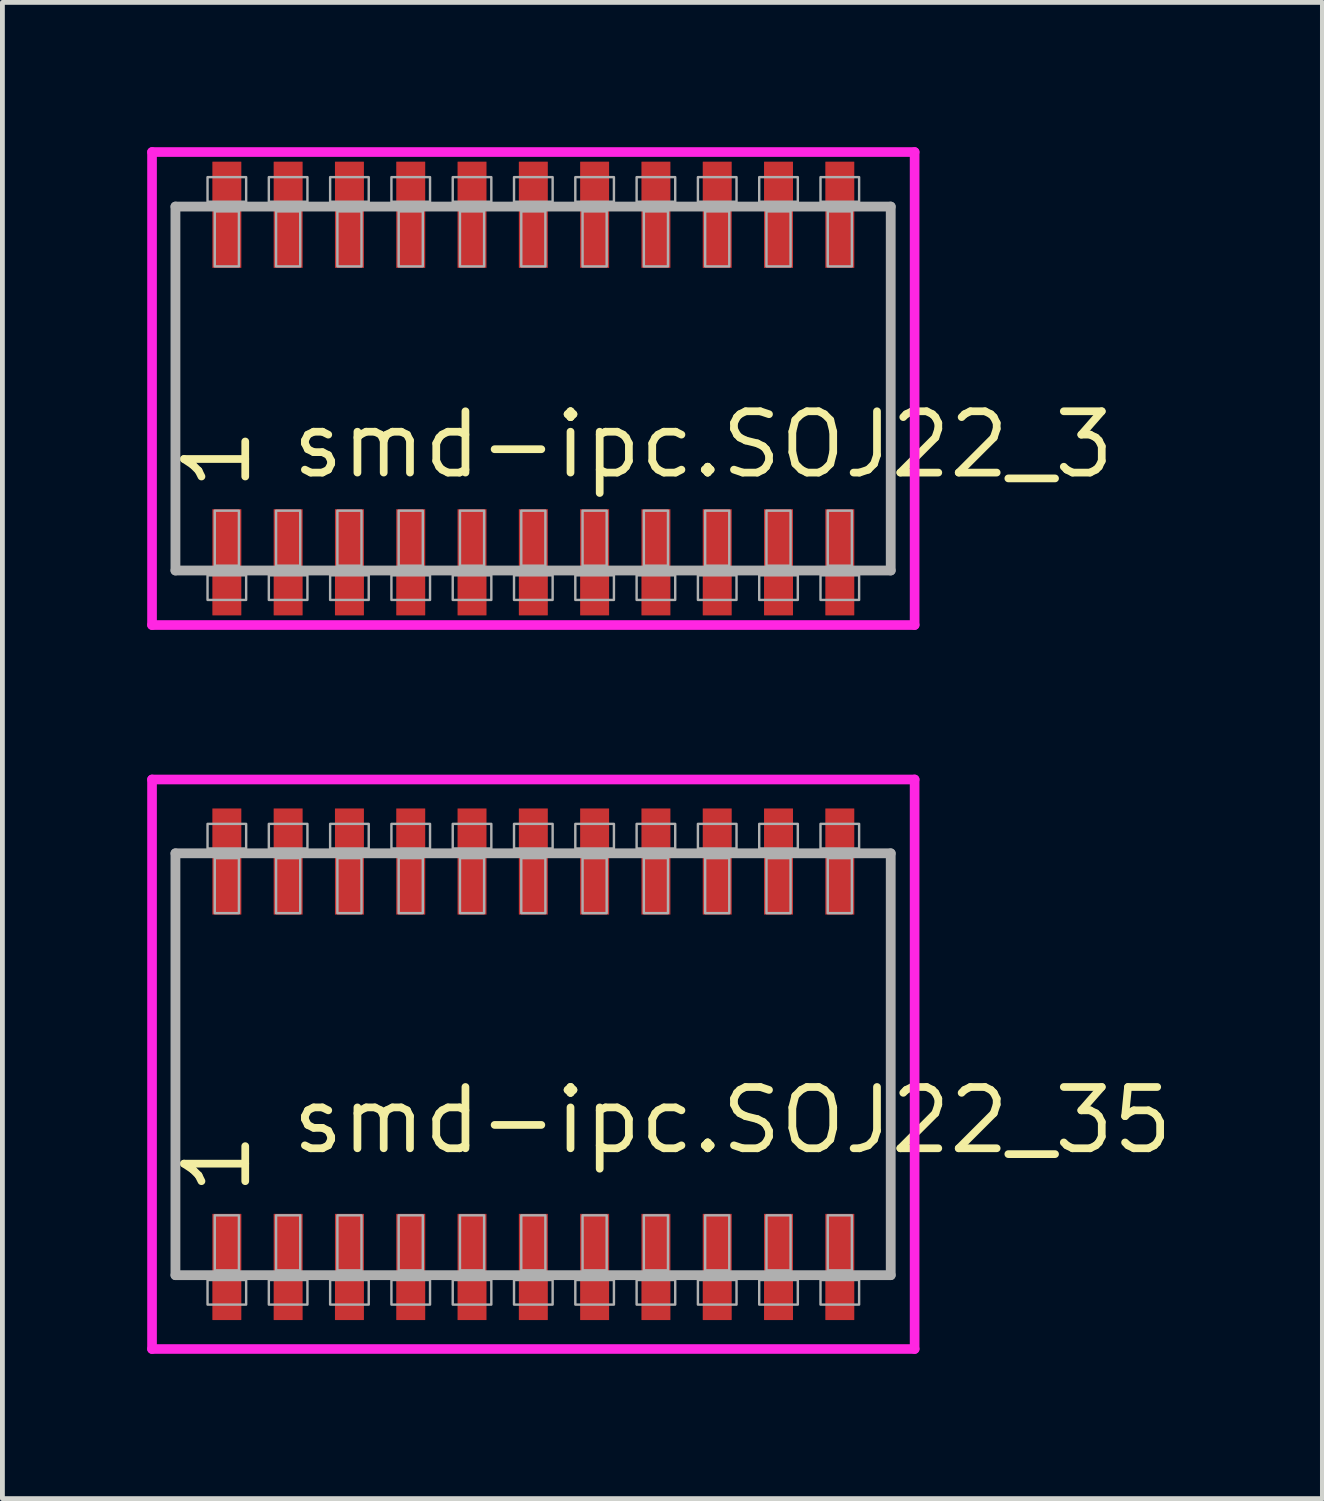
<source format=kicad_pcb>
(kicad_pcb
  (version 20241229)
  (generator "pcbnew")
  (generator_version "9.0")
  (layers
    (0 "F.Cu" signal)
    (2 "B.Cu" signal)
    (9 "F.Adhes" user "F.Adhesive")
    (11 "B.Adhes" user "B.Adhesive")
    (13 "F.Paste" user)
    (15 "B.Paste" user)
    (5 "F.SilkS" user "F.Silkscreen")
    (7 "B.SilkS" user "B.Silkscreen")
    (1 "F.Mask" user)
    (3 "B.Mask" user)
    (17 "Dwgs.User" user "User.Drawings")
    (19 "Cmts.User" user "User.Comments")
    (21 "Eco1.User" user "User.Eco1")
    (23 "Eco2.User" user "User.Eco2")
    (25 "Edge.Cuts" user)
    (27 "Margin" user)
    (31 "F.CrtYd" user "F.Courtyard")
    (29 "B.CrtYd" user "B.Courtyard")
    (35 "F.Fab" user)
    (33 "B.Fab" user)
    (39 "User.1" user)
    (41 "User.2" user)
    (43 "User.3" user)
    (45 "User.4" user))
  (footprint "smd-ipc.SOJ22_35"
    (layer "F.Cu")
    (at 8 19)
    (property "Reference" "smd-ipc.SOJ22_35" (at -5.08 1.905 0) (layer "F.SilkS") (effects (font (size 1.27 1.27) (thickness 0.16)) (justify left bottom)))
    (attr smd)
    (fp_line (start -7.9 -5.9) (end 7.9 -5.9) (stroke (width 0.2) (type default)) (layer "F.CrtYd"))
    (fp_line (start -7.9 5.9) (end -7.9 -5.9) (stroke (width 0.2) (type default)) (layer "F.CrtYd"))
    (fp_line (start 7.9 -5.9) (end 7.9 5.9) (stroke (width 0.2) (type default)) (layer "F.CrtYd"))
    (fp_line (start 7.9 5.9) (end -7.9 5.9) (stroke (width 0.2) (type default)) (layer "F.CrtYd"))
    (fp_line (start -7.415 -4.37) (end 7.405 -4.37) (stroke (width 0.203) (type default)) (layer "F.Fab"))
    (fp_line (start -7.415 4.37) (end -7.415 -4.37) (stroke (width 0.203) (type default)) (layer "F.Fab"))
    (fp_line (start 7.405 -4.37) (end 7.405 4.37) (stroke (width 0.203) (type default)) (layer "F.Fab"))
    (fp_line (start 7.405 4.37) (end -7.415 4.37) (stroke (width 0.203) (type default)) (layer "F.Fab"))
    (fp_rect (start -6.75 -4.47) (end -5.95 -4.98) (stroke (width 0.05) (type default)) (fill no) (layer "F.Fab"))
    (fp_rect (start -6.75 4.98) (end -5.95 4.47) (stroke (width 0.05) (type default)) (fill no) (layer "F.Fab"))
    (fp_rect (start -6.6 -3.13) (end -6.1 -4.27) (stroke (width 0.05) (type default)) (fill no) (layer "F.Fab"))
    (fp_rect (start -6.6 4.27) (end -6.1 3.13) (stroke (width 0.05) (type default)) (fill no) (layer "F.Fab"))
    (fp_rect (start -5.48 -4.47) (end -4.68 -4.98) (stroke (width 0.05) (type default)) (fill no) (layer "F.Fab"))
    (fp_rect (start -5.48 4.98) (end -4.68 4.47) (stroke (width 0.05) (type default)) (fill no) (layer "F.Fab"))
    (fp_rect (start -5.33 -3.13) (end -4.83 -4.27) (stroke (width 0.05) (type default)) (fill no) (layer "F.Fab"))
    (fp_rect (start -5.33 4.27) (end -4.83 3.13) (stroke (width 0.05) (type default)) (fill no) (layer "F.Fab"))
    (fp_rect (start -4.21 -4.47) (end -3.41 -4.98) (stroke (width 0.05) (type default)) (fill no) (layer "F.Fab"))
    (fp_rect (start -4.21 4.98) (end -3.41 4.47) (stroke (width 0.05) (type default)) (fill no) (layer "F.Fab"))
    (fp_rect (start -4.06 -3.13) (end -3.56 -4.27) (stroke (width 0.05) (type default)) (fill no) (layer "F.Fab"))
    (fp_rect (start -4.06 4.27) (end -3.56 3.13) (stroke (width 0.05) (type default)) (fill no) (layer "F.Fab"))
    (fp_rect (start -2.94 -4.47) (end -2.14 -4.98) (stroke (width 0.05) (type default)) (fill no) (layer "F.Fab"))
    (fp_rect (start -2.94 4.98) (end -2.14 4.47) (stroke (width 0.05) (type default)) (fill no) (layer "F.Fab"))
    (fp_rect (start -2.79 -3.13) (end -2.29 -4.27) (stroke (width 0.05) (type default)) (fill no) (layer "F.Fab"))
    (fp_rect (start -2.79 4.27) (end -2.29 3.13) (stroke (width 0.05) (type default)) (fill no) (layer "F.Fab"))
    (fp_rect (start -1.67 -4.47) (end -0.87 -4.98) (stroke (width 0.05) (type default)) (fill no) (layer "F.Fab"))
    (fp_rect (start -1.67 4.98) (end -0.87 4.47) (stroke (width 0.05) (type default)) (fill no) (layer "F.Fab"))
    (fp_rect (start -1.52 -3.13) (end -1.02 -4.27) (stroke (width 0.05) (type default)) (fill no) (layer "F.Fab"))
    (fp_rect (start -1.52 4.27) (end -1.02 3.13) (stroke (width 0.05) (type default)) (fill no) (layer "F.Fab"))
    (fp_rect (start -0.4 -4.47) (end 0.4 -4.98) (stroke (width 0.05) (type default)) (fill no) (layer "F.Fab"))
    (fp_rect (start -0.4 4.98) (end 0.4 4.47) (stroke (width 0.05) (type default)) (fill no) (layer "F.Fab"))
    (fp_rect (start -0.25 -3.13) (end 0.25 -4.27) (stroke (width 0.05) (type default)) (fill no) (layer "F.Fab"))
    (fp_rect (start -0.25 4.27) (end 0.25 3.13) (stroke (width 0.05) (type default)) (fill no) (layer "F.Fab"))
    (fp_rect (start 0.87 -4.47) (end 1.67 -4.98) (stroke (width 0.05) (type default)) (fill no) (layer "F.Fab"))
    (fp_rect (start 0.87 4.98) (end 1.67 4.47) (stroke (width 0.05) (type default)) (fill no) (layer "F.Fab"))
    (fp_rect (start 1.02 -3.13) (end 1.52 -4.27) (stroke (width 0.05) (type default)) (fill no) (layer "F.Fab"))
    (fp_rect (start 1.02 4.27) (end 1.52 3.13) (stroke (width 0.05) (type default)) (fill no) (layer "F.Fab"))
    (fp_rect (start 2.14 -4.47) (end 2.94 -4.98) (stroke (width 0.05) (type default)) (fill no) (layer "F.Fab"))
    (fp_rect (start 2.14 4.98) (end 2.94 4.47) (stroke (width 0.05) (type default)) (fill no) (layer "F.Fab"))
    (fp_rect (start 2.29 -3.13) (end 2.79 -4.27) (stroke (width 0.05) (type default)) (fill no) (layer "F.Fab"))
    (fp_rect (start 2.29 4.27) (end 2.79 3.13) (stroke (width 0.05) (type default)) (fill no) (layer "F.Fab"))
    (fp_rect (start 3.41 -4.47) (end 4.21 -4.98) (stroke (width 0.05) (type default)) (fill no) (layer "F.Fab"))
    (fp_rect (start 3.41 4.98) (end 4.21 4.47) (stroke (width 0.05) (type default)) (fill no) (layer "F.Fab"))
    (fp_rect (start 3.56 -3.13) (end 4.06 -4.27) (stroke (width 0.05) (type default)) (fill no) (layer "F.Fab"))
    (fp_rect (start 3.56 4.27) (end 4.06 3.13) (stroke (width 0.05) (type default)) (fill no) (layer "F.Fab"))
    (fp_rect (start 4.68 -4.47) (end 5.48 -4.98) (stroke (width 0.05) (type default)) (fill no) (layer "F.Fab"))
    (fp_rect (start 4.68 4.98) (end 5.48 4.47) (stroke (width 0.05) (type default)) (fill no) (layer "F.Fab"))
    (fp_rect (start 4.83 -3.13) (end 5.33 -4.27) (stroke (width 0.05) (type default)) (fill no) (layer "F.Fab"))
    (fp_rect (start 4.83 4.27) (end 5.33 3.13) (stroke (width 0.05) (type default)) (fill no) (layer "F.Fab"))
    (fp_rect (start 5.95 -4.47) (end 6.75 -4.98) (stroke (width 0.05) (type default)) (fill no) (layer "F.Fab"))
    (fp_rect (start 5.95 4.98) (end 6.75 4.47) (stroke (width 0.05) (type default)) (fill no) (layer "F.Fab"))
    (fp_rect (start 6.1 -3.13) (end 6.6 -4.27) (stroke (width 0.05) (type default)) (fill no) (layer "F.Fab"))
    (fp_rect (start 6.1 4.27) (end 6.6 3.13) (stroke (width 0.05) (type default)) (fill no) (layer "F.Fab"))
    (fp_text user "1" (at -5.805 2.77 90) (layer "F.SilkS") (effects (font (size 1.27 1.27) (thickness 0.16)) (justify left bottom)))
    (pad "1" smd roundrect (at -6.35 4.2) (size 0.6 2.2) (layers "F.Cu" "F.Mask" "F.Paste") (roundrect_rratio 0.01))
    (pad "2" smd roundrect (at -5.08 4.2) (size 0.6 2.2) (layers "F.Cu" "F.Mask" "F.Paste") (roundrect_rratio 0.01))
    (pad "3" smd roundrect (at -3.81 4.2) (size 0.6 2.2) (layers "F.Cu" "F.Mask" "F.Paste") (roundrect_rratio 0.01))
    (pad "4" smd roundrect (at -2.54 4.2) (size 0.6 2.2) (layers "F.Cu" "F.Mask" "F.Paste") (roundrect_rratio 0.01))
    (pad "5" smd roundrect (at -1.27 4.2) (size 0.6 2.2) (layers "F.Cu" "F.Mask" "F.Paste") (roundrect_rratio 0.01))
    (pad "6" smd roundrect (at 0 4.2) (size 0.6 2.2) (layers "F.Cu" "F.Mask" "F.Paste") (roundrect_rratio 0.01))
    (pad "7" smd roundrect (at 1.27 4.2) (size 0.6 2.2) (layers "F.Cu" "F.Mask" "F.Paste") (roundrect_rratio 0.01))
    (pad "8" smd roundrect (at 2.54 4.2) (size 0.6 2.2) (layers "F.Cu" "F.Mask" "F.Paste") (roundrect_rratio 0.01))
    (pad "9" smd roundrect (at 3.81 4.2) (size 0.6 2.2) (layers "F.Cu" "F.Mask" "F.Paste") (roundrect_rratio 0.01))
    (pad "10" smd roundrect (at 5.08 4.2) (size 0.6 2.2) (layers "F.Cu" "F.Mask" "F.Paste") (roundrect_rratio 0.01))
    (pad "11" smd roundrect (at 6.35 4.2) (size 0.6 2.2) (layers "F.Cu" "F.Mask" "F.Paste") (roundrect_rratio 0.01))
    (pad "12" smd roundrect (at 6.35 -4.2) (size 0.6 2.2) (layers "F.Cu" "F.Mask" "F.Paste") (roundrect_rratio 0.01))
    (pad "13" smd roundrect (at 5.08 -4.2) (size 0.6 2.2) (layers "F.Cu" "F.Mask" "F.Paste") (roundrect_rratio 0.01))
    (pad "14" smd roundrect (at 3.81 -4.2) (size 0.6 2.2) (layers "F.Cu" "F.Mask" "F.Paste") (roundrect_rratio 0.01))
    (pad "15" smd roundrect (at 2.54 -4.2) (size 0.6 2.2) (layers "F.Cu" "F.Mask" "F.Paste") (roundrect_rratio 0.01))
    (pad "16" smd roundrect (at 1.27 -4.2) (size 0.6 2.2) (layers "F.Cu" "F.Mask" "F.Paste") (roundrect_rratio 0.01))
    (pad "17" smd roundrect (at 0 -4.2) (size 0.6 2.2) (layers "F.Cu" "F.Mask" "F.Paste") (roundrect_rratio 0.01))
    (pad "18" smd roundrect (at -1.27 -4.2) (size 0.6 2.2) (layers "F.Cu" "F.Mask" "F.Paste") (roundrect_rratio 0.01))
    (pad "19" smd roundrect (at -2.54 -4.2) (size 0.6 2.2) (layers "F.Cu" "F.Mask" "F.Paste") (roundrect_rratio 0.01))
    (pad "20" smd roundrect (at -3.81 -4.2) (size 0.6 2.2) (layers "F.Cu" "F.Mask" "F.Paste") (roundrect_rratio 0.01))
    (pad "21" smd roundrect (at -5.08 -4.2) (size 0.6 2.2) (layers "F.Cu" "F.Mask" "F.Paste") (roundrect_rratio 0.01))
    (pad "22" smd roundrect (at -6.35 -4.2) (size 0.6 2.2) (layers "F.Cu" "F.Mask" "F.Paste") (roundrect_rratio 0.01)))
  (footprint "smd-ipc.SOJ22_3"
    (layer "F.Cu")
    (at 8 5)
    (property "Reference" "smd-ipc.SOJ22_3" (at -5.08 1.905 0) (layer "F.SilkS") (effects (font (size 1.27 1.27) (thickness 0.16)) (justify left bottom)))
    (attr smd)
    (fp_line (start -7.9 -4.9) (end 7.9 -4.9) (stroke (width 0.2) (type default)) (layer "F.CrtYd"))
    (fp_line (start -7.9 4.9) (end -7.9 -4.9) (stroke (width 0.2) (type default)) (layer "F.CrtYd"))
    (fp_line (start 7.9 -4.9) (end 7.9 4.9) (stroke (width 0.2) (type default)) (layer "F.CrtYd"))
    (fp_line (start 7.9 4.9) (end -7.9 4.9) (stroke (width 0.2) (type default)) (layer "F.CrtYd"))
    (fp_line (start -7.415 -3.77) (end 7.405 -3.77) (stroke (width 0.203) (type default)) (layer "F.Fab"))
    (fp_line (start -7.415 3.77) (end -7.415 -3.77) (stroke (width 0.203) (type default)) (layer "F.Fab"))
    (fp_line (start 7.405 -3.77) (end 7.405 3.77) (stroke (width 0.203) (type default)) (layer "F.Fab"))
    (fp_line (start 7.405 3.77) (end -7.415 3.77) (stroke (width 0.203) (type default)) (layer "F.Fab"))
    (fp_rect (start -6.75 -3.87) (end -5.95 -4.38) (stroke (width 0.05) (type default)) (fill no) (layer "F.Fab"))
    (fp_rect (start -6.75 4.38) (end -5.95 3.87) (stroke (width 0.05) (type default)) (fill no) (layer "F.Fab"))
    (fp_rect (start -6.6 -2.53) (end -6.1 -3.67) (stroke (width 0.05) (type default)) (fill no) (layer "F.Fab"))
    (fp_rect (start -6.6 3.67) (end -6.1 2.53) (stroke (width 0.05) (type default)) (fill no) (layer "F.Fab"))
    (fp_rect (start -5.48 -3.87) (end -4.68 -4.38) (stroke (width 0.05) (type default)) (fill no) (layer "F.Fab"))
    (fp_rect (start -5.48 4.38) (end -4.68 3.87) (stroke (width 0.05) (type default)) (fill no) (layer "F.Fab"))
    (fp_rect (start -5.33 -2.53) (end -4.83 -3.67) (stroke (width 0.05) (type default)) (fill no) (layer "F.Fab"))
    (fp_rect (start -5.33 3.67) (end -4.83 2.53) (stroke (width 0.05) (type default)) (fill no) (layer "F.Fab"))
    (fp_rect (start -4.21 -3.87) (end -3.41 -4.38) (stroke (width 0.05) (type default)) (fill no) (layer "F.Fab"))
    (fp_rect (start -4.21 4.38) (end -3.41 3.87) (stroke (width 0.05) (type default)) (fill no) (layer "F.Fab"))
    (fp_rect (start -4.06 -2.53) (end -3.56 -3.67) (stroke (width 0.05) (type default)) (fill no) (layer "F.Fab"))
    (fp_rect (start -4.06 3.67) (end -3.56 2.53) (stroke (width 0.05) (type default)) (fill no) (layer "F.Fab"))
    (fp_rect (start -2.94 -3.87) (end -2.14 -4.38) (stroke (width 0.05) (type default)) (fill no) (layer "F.Fab"))
    (fp_rect (start -2.94 4.38) (end -2.14 3.87) (stroke (width 0.05) (type default)) (fill no) (layer "F.Fab"))
    (fp_rect (start -2.79 -2.53) (end -2.29 -3.67) (stroke (width 0.05) (type default)) (fill no) (layer "F.Fab"))
    (fp_rect (start -2.79 3.67) (end -2.29 2.53) (stroke (width 0.05) (type default)) (fill no) (layer "F.Fab"))
    (fp_rect (start -1.67 -3.87) (end -0.87 -4.38) (stroke (width 0.05) (type default)) (fill no) (layer "F.Fab"))
    (fp_rect (start -1.67 4.38) (end -0.87 3.87) (stroke (width 0.05) (type default)) (fill no) (layer "F.Fab"))
    (fp_rect (start -1.52 -2.53) (end -1.02 -3.67) (stroke (width 0.05) (type default)) (fill no) (layer "F.Fab"))
    (fp_rect (start -1.52 3.67) (end -1.02 2.53) (stroke (width 0.05) (type default)) (fill no) (layer "F.Fab"))
    (fp_rect (start -0.4 -3.87) (end 0.4 -4.38) (stroke (width 0.05) (type default)) (fill no) (layer "F.Fab"))
    (fp_rect (start -0.4 4.38) (end 0.4 3.87) (stroke (width 0.05) (type default)) (fill no) (layer "F.Fab"))
    (fp_rect (start -0.25 -2.53) (end 0.25 -3.67) (stroke (width 0.05) (type default)) (fill no) (layer "F.Fab"))
    (fp_rect (start -0.25 3.67) (end 0.25 2.53) (stroke (width 0.05) (type default)) (fill no) (layer "F.Fab"))
    (fp_rect (start 0.87 -3.87) (end 1.67 -4.38) (stroke (width 0.05) (type default)) (fill no) (layer "F.Fab"))
    (fp_rect (start 0.87 4.38) (end 1.67 3.87) (stroke (width 0.05) (type default)) (fill no) (layer "F.Fab"))
    (fp_rect (start 1.02 -2.53) (end 1.52 -3.67) (stroke (width 0.05) (type default)) (fill no) (layer "F.Fab"))
    (fp_rect (start 1.02 3.67) (end 1.52 2.53) (stroke (width 0.05) (type default)) (fill no) (layer "F.Fab"))
    (fp_rect (start 2.14 -3.87) (end 2.94 -4.38) (stroke (width 0.05) (type default)) (fill no) (layer "F.Fab"))
    (fp_rect (start 2.14 4.38) (end 2.94 3.87) (stroke (width 0.05) (type default)) (fill no) (layer "F.Fab"))
    (fp_rect (start 2.29 -2.53) (end 2.79 -3.67) (stroke (width 0.05) (type default)) (fill no) (layer "F.Fab"))
    (fp_rect (start 2.29 3.67) (end 2.79 2.53) (stroke (width 0.05) (type default)) (fill no) (layer "F.Fab"))
    (fp_rect (start 3.41 -3.87) (end 4.21 -4.38) (stroke (width 0.05) (type default)) (fill no) (layer "F.Fab"))
    (fp_rect (start 3.41 4.38) (end 4.21 3.87) (stroke (width 0.05) (type default)) (fill no) (layer "F.Fab"))
    (fp_rect (start 3.56 -2.53) (end 4.06 -3.67) (stroke (width 0.05) (type default)) (fill no) (layer "F.Fab"))
    (fp_rect (start 3.56 3.67) (end 4.06 2.53) (stroke (width 0.05) (type default)) (fill no) (layer "F.Fab"))
    (fp_rect (start 4.68 -3.87) (end 5.48 -4.38) (stroke (width 0.05) (type default)) (fill no) (layer "F.Fab"))
    (fp_rect (start 4.68 4.38) (end 5.48 3.87) (stroke (width 0.05) (type default)) (fill no) (layer "F.Fab"))
    (fp_rect (start 4.83 -2.53) (end 5.33 -3.67) (stroke (width 0.05) (type default)) (fill no) (layer "F.Fab"))
    (fp_rect (start 4.83 3.67) (end 5.33 2.53) (stroke (width 0.05) (type default)) (fill no) (layer "F.Fab"))
    (fp_rect (start 5.95 -3.87) (end 6.75 -4.38) (stroke (width 0.05) (type default)) (fill no) (layer "F.Fab"))
    (fp_rect (start 5.95 4.38) (end 6.75 3.87) (stroke (width 0.05) (type default)) (fill no) (layer "F.Fab"))
    (fp_rect (start 6.1 -2.53) (end 6.6 -3.67) (stroke (width 0.05) (type default)) (fill no) (layer "F.Fab"))
    (fp_rect (start 6.1 3.67) (end 6.6 2.53) (stroke (width 0.05) (type default)) (fill no) (layer "F.Fab"))
    (fp_text user "1" (at -5.805 2.17 90) (layer "F.SilkS") (effects (font (size 1.27 1.27) (thickness 0.16)) (justify left bottom)))
    (pad "1" smd roundrect (at -6.35 3.6) (size 0.6 2.2) (layers "F.Cu" "F.Mask" "F.Paste") (roundrect_rratio 0.01))
    (pad "2" smd roundrect (at -5.08 3.6) (size 0.6 2.2) (layers "F.Cu" "F.Mask" "F.Paste") (roundrect_rratio 0.01))
    (pad "3" smd roundrect (at -3.81 3.6) (size 0.6 2.2) (layers "F.Cu" "F.Mask" "F.Paste") (roundrect_rratio 0.01))
    (pad "4" smd roundrect (at -2.54 3.6) (size 0.6 2.2) (layers "F.Cu" "F.Mask" "F.Paste") (roundrect_rratio 0.01))
    (pad "5" smd roundrect (at -1.27 3.6) (size 0.6 2.2) (layers "F.Cu" "F.Mask" "F.Paste") (roundrect_rratio 0.01))
    (pad "6" smd roundrect (at 0 3.6) (size 0.6 2.2) (layers "F.Cu" "F.Mask" "F.Paste") (roundrect_rratio 0.01))
    (pad "7" smd roundrect (at 1.27 3.6) (size 0.6 2.2) (layers "F.Cu" "F.Mask" "F.Paste") (roundrect_rratio 0.01))
    (pad "8" smd roundrect (at 2.54 3.6) (size 0.6 2.2) (layers "F.Cu" "F.Mask" "F.Paste") (roundrect_rratio 0.01))
    (pad "9" smd roundrect (at 3.81 3.6) (size 0.6 2.2) (layers "F.Cu" "F.Mask" "F.Paste") (roundrect_rratio 0.01))
    (pad "10" smd roundrect (at 5.08 3.6) (size 0.6 2.2) (layers "F.Cu" "F.Mask" "F.Paste") (roundrect_rratio 0.01))
    (pad "11" smd roundrect (at 6.35 3.6) (size 0.6 2.2) (layers "F.Cu" "F.Mask" "F.Paste") (roundrect_rratio 0.01))
    (pad "12" smd roundrect (at 6.35 -3.6) (size 0.6 2.2) (layers "F.Cu" "F.Mask" "F.Paste") (roundrect_rratio 0.01))
    (pad "13" smd roundrect (at 5.08 -3.6) (size 0.6 2.2) (layers "F.Cu" "F.Mask" "F.Paste") (roundrect_rratio 0.01))
    (pad "14" smd roundrect (at 3.81 -3.6) (size 0.6 2.2) (layers "F.Cu" "F.Mask" "F.Paste") (roundrect_rratio 0.01))
    (pad "15" smd roundrect (at 2.54 -3.6) (size 0.6 2.2) (layers "F.Cu" "F.Mask" "F.Paste") (roundrect_rratio 0.01))
    (pad "16" smd roundrect (at 1.27 -3.6) (size 0.6 2.2) (layers "F.Cu" "F.Mask" "F.Paste") (roundrect_rratio 0.01))
    (pad "17" smd roundrect (at 0 -3.6) (size 0.6 2.2) (layers "F.Cu" "F.Mask" "F.Paste") (roundrect_rratio 0.01))
    (pad "18" smd roundrect (at -1.27 -3.6) (size 0.6 2.2) (layers "F.Cu" "F.Mask" "F.Paste") (roundrect_rratio 0.01))
    (pad "19" smd roundrect (at -2.54 -3.6) (size 0.6 2.2) (layers "F.Cu" "F.Mask" "F.Paste") (roundrect_rratio 0.01))
    (pad "20" smd roundrect (at -3.81 -3.6) (size 0.6 2.2) (layers "F.Cu" "F.Mask" "F.Paste") (roundrect_rratio 0.01))
    (pad "21" smd roundrect (at -5.08 -3.6) (size 0.6 2.2) (layers "F.Cu" "F.Mask" "F.Paste") (roundrect_rratio 0.01))
    (pad "22" smd roundrect (at -6.35 -3.6) (size 0.6 2.2) (layers "F.Cu" "F.Mask" "F.Paste") (roundrect_rratio 0.01)))
  (gr_rect
    (start -3 -3)
    (end 24.349 28)
    (stroke (width 0.1) (type default))
    (fill no)
    (layer "Edge.Cuts")))
</source>
